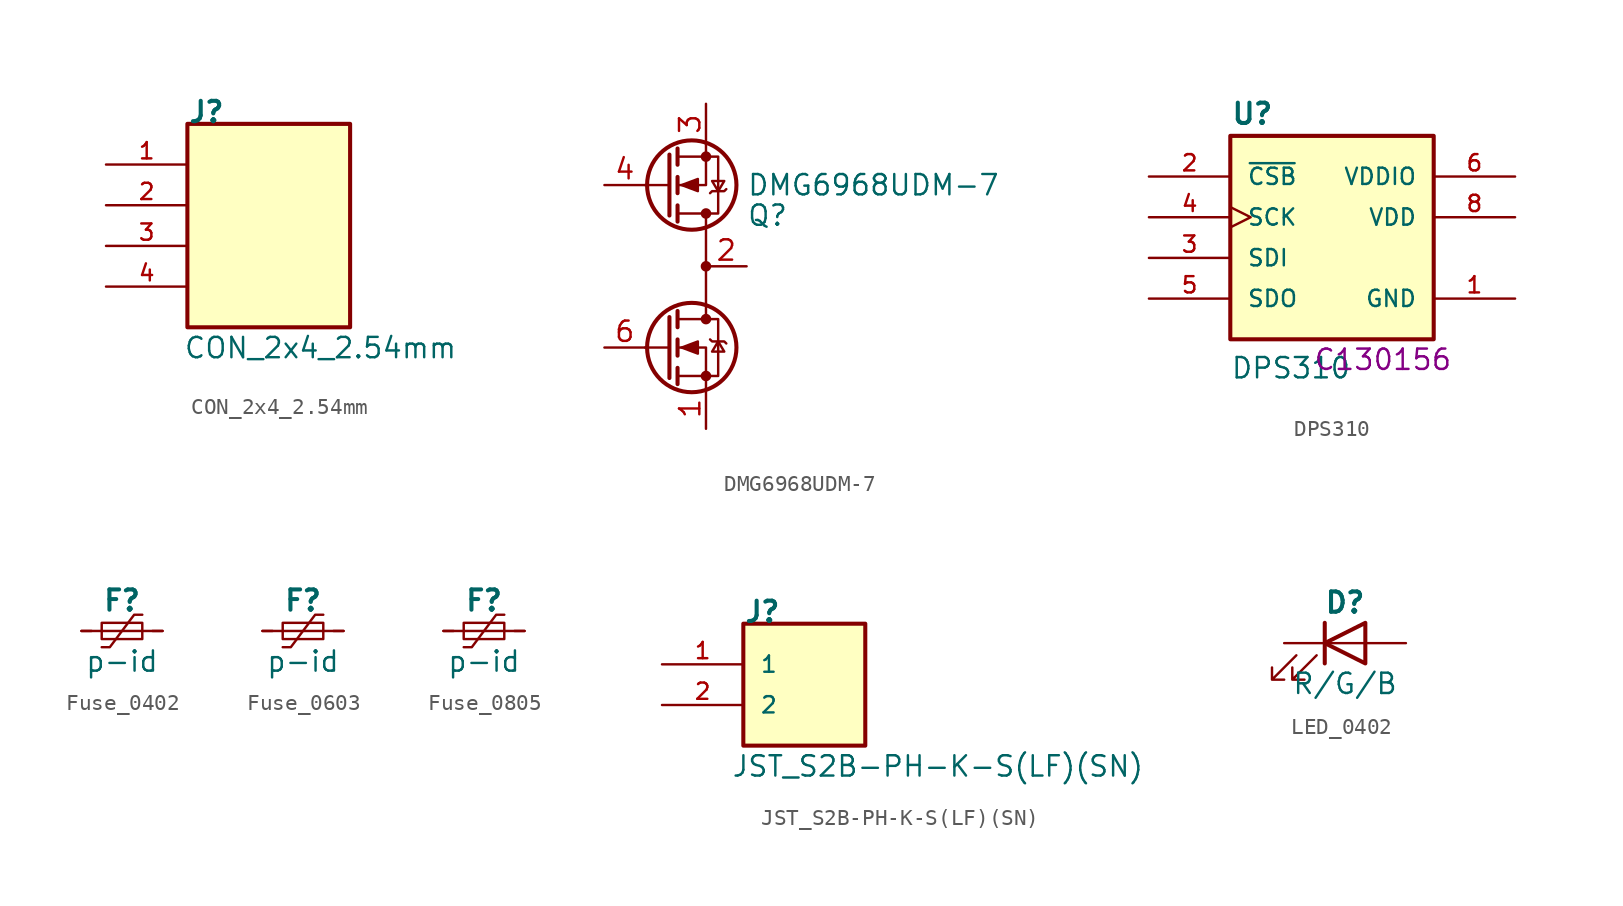
<source format=kicad_sym>
(kicad_symbol_lib
  (version 20220914)
  (generator kicad_symbol_editor)
  (symbol "CON_2x4_2.54mm"
    (pin_names
      (offset 1.016) hide)
    (property "Reference" "J"
      (at -5.08 7.62 0)
      (do_not_autoplace)
      (effects (font (size 1.27 1.27) bold) (justify left bottom)))
    (property "Value" "CON_2x4_2.54mm"
      (at -5.334 -7.112 0)
      (do_not_autoplace)
      (effects (font (size 1.27 1.27)) (justify left bottom)))
    (symbol "CON_2x4_2.54mm_0_0"
      (rectangle (start -5.08 -5.08) (end 5.08 7.62) (stroke (width 0.254) (type default)) (fill (type background)))
      (pin passive line (at -10.16 5.08 0) (length 5.08) (name "1" (effects (font (size 1.016 1.016)))) (number "1" (effects (font (size 1.016 1.016)))))
      (pin passive line (at -10.16 2.54 0) (length 5.08) (name "2" (effects (font (size 1.016 1.016)))) (number "2" (effects (font (size 1.016 1.016)))))
      (pin passive line (at -10.16 0 0) (length 5.08) (name "3" (effects (font (size 1.016 1.016)))) (number "3" (effects (font (size 1.016 1.016)))))
      (pin passive line (at -10.16 -2.54 0) (length 5.08) (name "4" (effects (font (size 1.016 1.016)))) (number "4" (effects (font (size 1.016 1.016)))))))
  (symbol "DMG6968UDM-7"
    (pin_names hide)
    (property "Reference" "Q"
      (at 2.54 3.175 0)
      (effects (font (size 1.27 1.27)) (justify left)))
    (property "Value" "DMG6968UDM-7"
      (at 2.54 5.08 0)
      (effects (font (size 1.27 1.27)) (justify left)))
    (symbol "DMG6968UDM-7_0_1"
      (circle (center -0.889 5.08) (radius 2.794) (stroke (width 0.254) (type default)) (fill (type none)))
      (polyline (pts (xy -2.286 3.175) (xy -2.286 6.985)) (stroke (width 0.254) (type default)) (fill (type none)))
      (polyline (pts (xy -2.286 5.08) (xy -3.81 5.08)) (stroke (width 0) (type default)) (fill (type none)))
      (polyline (pts (xy -1.778 2.794) (xy -1.778 3.81)) (stroke (width 0.254) (type default)) (fill (type none)))
      (polyline (pts (xy -1.778 4.572) (xy -1.778 5.588)) (stroke (width 0.254) (type default)) (fill (type none)))
      (polyline (pts (xy -1.778 6.35) (xy -1.778 7.366)) (stroke (width 0.254) (type default)) (fill (type none)))
      (polyline (pts (xy 0 -3.302) (xy 0 3.302)) (stroke (width 0) (type default)) (fill (type none)))
      (polyline (pts (xy 0 7.62) (xy 0 5.08) (xy -1.778 5.08)) (stroke (width 0) (type default)) (fill (type none)))
      (polyline (pts (xy -1.778 6.858) (xy 0.762 6.858) (xy 0.762 3.302) (xy -1.778 3.302)) (stroke (width 0) (type default)) (fill (type none)))
      (polyline (pts (xy -1.524 5.08) (xy -0.508 4.699) (xy -0.508 5.461) (xy -1.524 5.08)) (stroke (width 0) (type default)) (fill (type outline)))
      (polyline (pts (xy 0.254 4.572) (xy 0.381 4.699) (xy 1.143 4.699) (xy 1.27 4.826)) (stroke (width 0) (type default)) (fill (type none)))
      (polyline (pts (xy 0.762 4.699) (xy 0.381 5.334) (xy 1.143 5.334) (xy 0.762 4.699)) (stroke (width 0) (type default)) (fill (type none)))
      (circle (center 0 3.302) (radius 0.254) (stroke (width 0) (type default)) (fill (type outline)))
      (circle (center 0 6.858) (radius 0.254) (stroke (width 0) (type default)) (fill (type outline))))
    (symbol "DMG6968UDM-7_1_1"
      (circle (center -0.889 -5.08) (radius 2.794) (stroke (width 0.254) (type default)) (fill (type none)))
      (circle (center 0 -6.858) (radius 0.254) (stroke (width 0) (type default)) (fill (type outline)))
      (circle (center 0 -3.302) (radius 0.254) (stroke (width 0) (type default)) (fill (type outline)))
      (polyline (pts (xy -2.286 -5.08) (xy -3.81 -5.08)) (stroke (width 0) (type default)) (fill (type none)))
      (polyline (pts (xy -2.286 -3.175) (xy -2.286 -6.985)) (stroke (width 0.254) (type default)) (fill (type none)))
      (polyline (pts (xy -1.778 -6.35) (xy -1.778 -7.366)) (stroke (width 0.254) (type default)) (fill (type none)))
      (polyline (pts (xy -1.778 -4.572) (xy -1.778 -5.588)) (stroke (width 0.254) (type default)) (fill (type none)))
      (polyline (pts (xy -1.778 -2.794) (xy -1.778 -3.81)) (stroke (width 0.254) (type default)) (fill (type none)))
      (polyline (pts (xy 0 -7.62) (xy 0 -5.08) (xy -1.778 -5.08)) (stroke (width 0) (type default)) (fill (type none)))
      (polyline (pts (xy -1.778 -6.858) (xy 0.762 -6.858) (xy 0.762 -3.302) (xy -1.778 -3.302)) (stroke (width 0) (type default)) (fill (type none)))
      (polyline (pts (xy -1.524 -5.08) (xy -0.508 -4.699) (xy -0.508 -5.461) (xy -1.524 -5.08)) (stroke (width 0) (type default)) (fill (type outline)))
      (polyline (pts (xy 0.254 -4.572) (xy 0.381 -4.699) (xy 1.143 -4.699) (xy 1.27 -4.826)) (stroke (width 0) (type default)) (fill (type none)))
      (polyline (pts (xy 0.762 -4.699) (xy 0.381 -5.334) (xy 1.143 -5.334) (xy 0.762 -4.699)) (stroke (width 0) (type default)) (fill (type none)))
      (circle (center 0 0) (radius 0.254) (stroke (width 0) (type default)) (fill (type outline)))
      (pin passive line (at 0 -10.16 90) (length 2.54) (name "S1" (effects (font (size 1.27 1.27)))) (number "1" (effects (font (size 1.27 1.27)))))
      (pin passive line (at 2.54 0 180) (length 2.54) (name "D1/D2" (effects (font (size 1.27 1.27)))) (number "2" (effects (font (size 1.27 1.27)))))
      (pin passive line (at 0 10.16 270) (length 2.54) (name "S2" (effects (font (size 1.27 1.27)))) (number "3" (effects (font (size 1.27 1.27)))))
      (pin input line (at -6.35 5.08 0) (length 2.54) (name "G2" (effects (font (size 1.27 1.27)))) (number "4" (effects (font (size 1.27 1.27)))))
      (pin passive line (at 2.54 0 180) (length 2.54) hide (name "SD/D2" (effects (font (size 1.27 1.27)))) (number "5" (effects (font (size 1.27 1.27)))))
      (pin input line (at -6.35 -5.08 0) (length 2.54) (name "G1" (effects (font (size 1.27 1.27)))) (number "6" (effects (font (size 1.27 1.27)))))))
  (symbol "DPS310"
    (pin_names
      (offset 1.016))
    (property "Reference" "U"
      (at -6.35 6.985 0)
      (effects (font (size 1.27 1.27) bold) (justify left bottom)))
    (property "Value" "DPS310"
      (at -6.35 -8.89 0)
      (effects (font (size 1.27 1.27)) (justify left bottom)))
    (property "LCSC" "C130156"
      (at 3.175 -7.62 0)
      (effects (font (size 1.27 1.27))))
    (symbol "DPS310_0_0"
      (rectangle (start -6.35 6.35) (end 6.35 -6.35) (stroke (width 0.254) (type default)) (fill (type background)))
      (pin power_in line (at 11.43 -3.81 180) (length 5.08) (name "GND" (effects (font (size 1.016 1.016)))) (number "1" (effects (font (size 1.016 1.016)))))
      (pin input line (at -11.43 3.81 0) (length 5.08) (name "~{CSB}" (effects (font (size 1.016 1.016)))) (number "2" (effects (font (size 1.016 1.016)))))
      (pin bidirectional line (at -11.43 -1.27 0) (length 5.08) (name "SDI" (effects (font (size 1.016 1.016)))) (number "3" (effects (font (size 1.016 1.016)))))
      (pin input clock (at -11.43 1.27 0) (length 5.08) (name "SCK" (effects (font (size 1.016 1.016)))) (number "4" (effects (font (size 1.016 1.016)))))
      (pin power_in line (at 11.43 3.81 180) (length 5.08) (name "VDDIO" (effects (font (size 1.016 1.016)))) (number "6" (effects (font (size 1.016 1.016)))))
      (pin power_in line (at 11.43 1.27 180) (length 5.08) (name "VDD" (effects (font (size 1.016 1.016)))) (number "8" (effects (font (size 1.016 1.016))))))
    (symbol "DPS310_1_0"
      (pin output line (at -11.43 -3.81 0) (length 5.08) (name "SDO" (effects (font (size 1.016 1.016)))) (number "5" (effects (font (size 1.016 1.016)))))
      (pin power_in line (at 11.43 -3.81 180) (length 5.08) hide (name "GND" (effects (font (size 1.016 1.016)))) (number "7" (effects (font (size 1.016 1.016)))))))
  (symbol "Fuse_0402"
    (pin_numbers hide)
    (pin_names
      (offset 0))
    (property "Reference" "F"
      (at 0 1.905 0)
      (effects (font (size 1.27 1.27) bold)))
    (property "Value" "p-id"
      (at 0 -1.905 0)
      (effects (font (size 1.27 1.27))))
    (symbol "Fuse_0402_0_1"
      (polyline (pts (xy 2.54 0) (xy -2.54 0)) (stroke (width 0) (type default)) (fill (type none)))
      (polyline (pts (xy 1.27 1.016) (xy 0.762 1.016) (xy -0.762 -1.016) (xy -1.27 -1.016)) (stroke (width 0) (type default)) (fill (type none)))
      (rectangle (start 1.27 0.508) (end -1.27 -0.508) (stroke (width 0) (type default)) (fill (type none))))
    (symbol "Fuse_0402_1_1"
      (pin passive line (at 2.54 0 180) (length 0.635) (name "~" (effects (font (size 1.27 1.27)))) (number "1" (effects (font (size 1.27 1.27)))))
      (pin passive line (at -2.54 0 0) (length 0.635) (name "~" (effects (font (size 1.27 1.27)))) (number "2" (effects (font (size 1.27 1.27)))))))
  (symbol "Fuse_0603"
    (pin_numbers hide)
    (pin_names
      (offset 0))
    (property "Reference" "F"
      (at 0 1.905 0)
      (effects (font (size 1.27 1.27) bold)))
    (property "Value" "p-id"
      (at 0 -1.905 0)
      (effects (font (size 1.27 1.27))))
    (symbol "Fuse_0603_0_1"
      (polyline (pts (xy 2.54 0) (xy -2.54 0)) (stroke (width 0) (type default)) (fill (type none)))
      (polyline (pts (xy 1.27 1.016) (xy 0.762 1.016) (xy -0.762 -1.016) (xy -1.27 -1.016)) (stroke (width 0) (type default)) (fill (type none)))
      (rectangle (start 1.27 0.508) (end -1.27 -0.508) (stroke (width 0) (type default)) (fill (type none))))
    (symbol "Fuse_0603_1_1"
      (pin passive line (at 2.54 0 180) (length 0.635) (name "~" (effects (font (size 1.27 1.27)))) (number "1" (effects (font (size 1.27 1.27)))))
      (pin passive line (at -2.54 0 0) (length 0.635) (name "~" (effects (font (size 1.27 1.27)))) (number "2" (effects (font (size 1.27 1.27)))))))
  (symbol "Fuse_0805"
    (pin_numbers hide)
    (pin_names
      (offset 0))
    (property "Reference" "F"
      (at 0 1.905 0)
      (effects (font (size 1.27 1.27) bold)))
    (property "Value" "p-id"
      (at 0 -1.905 0)
      (effects (font (size 1.27 1.27))))
    (symbol "Fuse_0805_0_1"
      (polyline (pts (xy 2.54 0) (xy -2.54 0)) (stroke (width 0) (type default)) (fill (type none)))
      (polyline (pts (xy 1.27 1.016) (xy 0.762 1.016) (xy -0.762 -1.016) (xy -1.27 -1.016)) (stroke (width 0) (type default)) (fill (type none)))
      (rectangle (start 1.27 0.508) (end -1.27 -0.508) (stroke (width 0) (type default)) (fill (type none))))
    (symbol "Fuse_0805_1_1"
      (pin passive line (at 2.54 0 180) (length 0.635) (name "~" (effects (font (size 1.27 1.27)))) (number "1" (effects (font (size 1.27 1.27)))))
      (pin passive line (at -2.54 0 0) (length 0.635) (name "~" (effects (font (size 1.27 1.27)))) (number "2" (effects (font (size 1.27 1.27)))))))
  (symbol "JST_S2B-PH-K-S(LF)(SN)"
    (pin_names
      (offset 1.016))
    (property "Reference" "J"
      (at -5.08 2.54 0)
      (effects (font (size 1.27 1.27) bold) (justify left bottom)))
    (property "Value" "JST_S2B-PH-K-S(LF)(SN)"
      (at -5.842 -7.112 0)
      (do_not_autoplace)
      (effects (font (size 1.27 1.27)) (justify left bottom)))
    (symbol "JST_S2B-PH-K-S(LF)(SN)_0_0"
      (rectangle (start -5.08 2.54) (end 2.54 -5.08) (stroke (width 0.254) (type default)) (fill (type background)))
      (pin passive line (at -10.16 0 0) (length 5.08) (name "1" (effects (font (size 1.016 1.016)))) (number "1" (effects (font (size 1.016 1.016)))))
      (pin passive line (at -10.16 -2.54 0) (length 5.08) (name "2" (effects (font (size 1.016 1.016)))) (number "2" (effects (font (size 1.016 1.016)))))))
  (symbol "LED_0402"
    (pin_numbers hide)
    (pin_names
      (offset 1.016) hide)
    (property "Reference" "D"
      (at 0 2.54 0)
      (effects (font (size 1.27 1.27) bold)))
    (property "Value" "R/G/B"
      (at 0 -2.54 0)
      (effects (font (size 1.27 1.27))))
    (symbol "LED_0402_0_1"
      (polyline (pts (xy -1.27 -1.27) (xy -1.27 1.27)) (stroke (width 0.254) (type default)) (fill (type none)))
      (polyline (pts (xy -1.27 0) (xy 1.27 0)) (stroke (width 0) (type default)) (fill (type none)))
      (polyline (pts (xy 1.27 -1.27) (xy 1.27 1.27) (xy -1.27 0) (xy 1.27 -1.27)) (stroke (width 0.254) (type default)) (fill (type none)))
      (polyline (pts (xy -3.048 -0.762) (xy -4.572 -2.286) (xy -3.81 -2.286) (xy -4.572 -2.286) (xy -4.572 -1.524)) (stroke (width 0) (type default)) (fill (type none)))
      (polyline (pts (xy -1.778 -0.762) (xy -3.302 -2.286) (xy -2.54 -2.286) (xy -3.302 -2.286) (xy -3.302 -1.524)) (stroke (width 0) (type default)) (fill (type none))))
    (symbol "LED_0402_1_1"
      (pin passive line (at -3.81 0 0) (length 2.54) (name "K" (effects (font (size 1.27 1.27)))) (number "1" (effects (font (size 1.27 1.27)))))
      (pin passive line (at 3.81 0 180) (length 2.54) (name "A" (effects (font (size 1.27 1.27)))) (number "2" (effects (font (size 1.27 1.27))))))))
</source>
